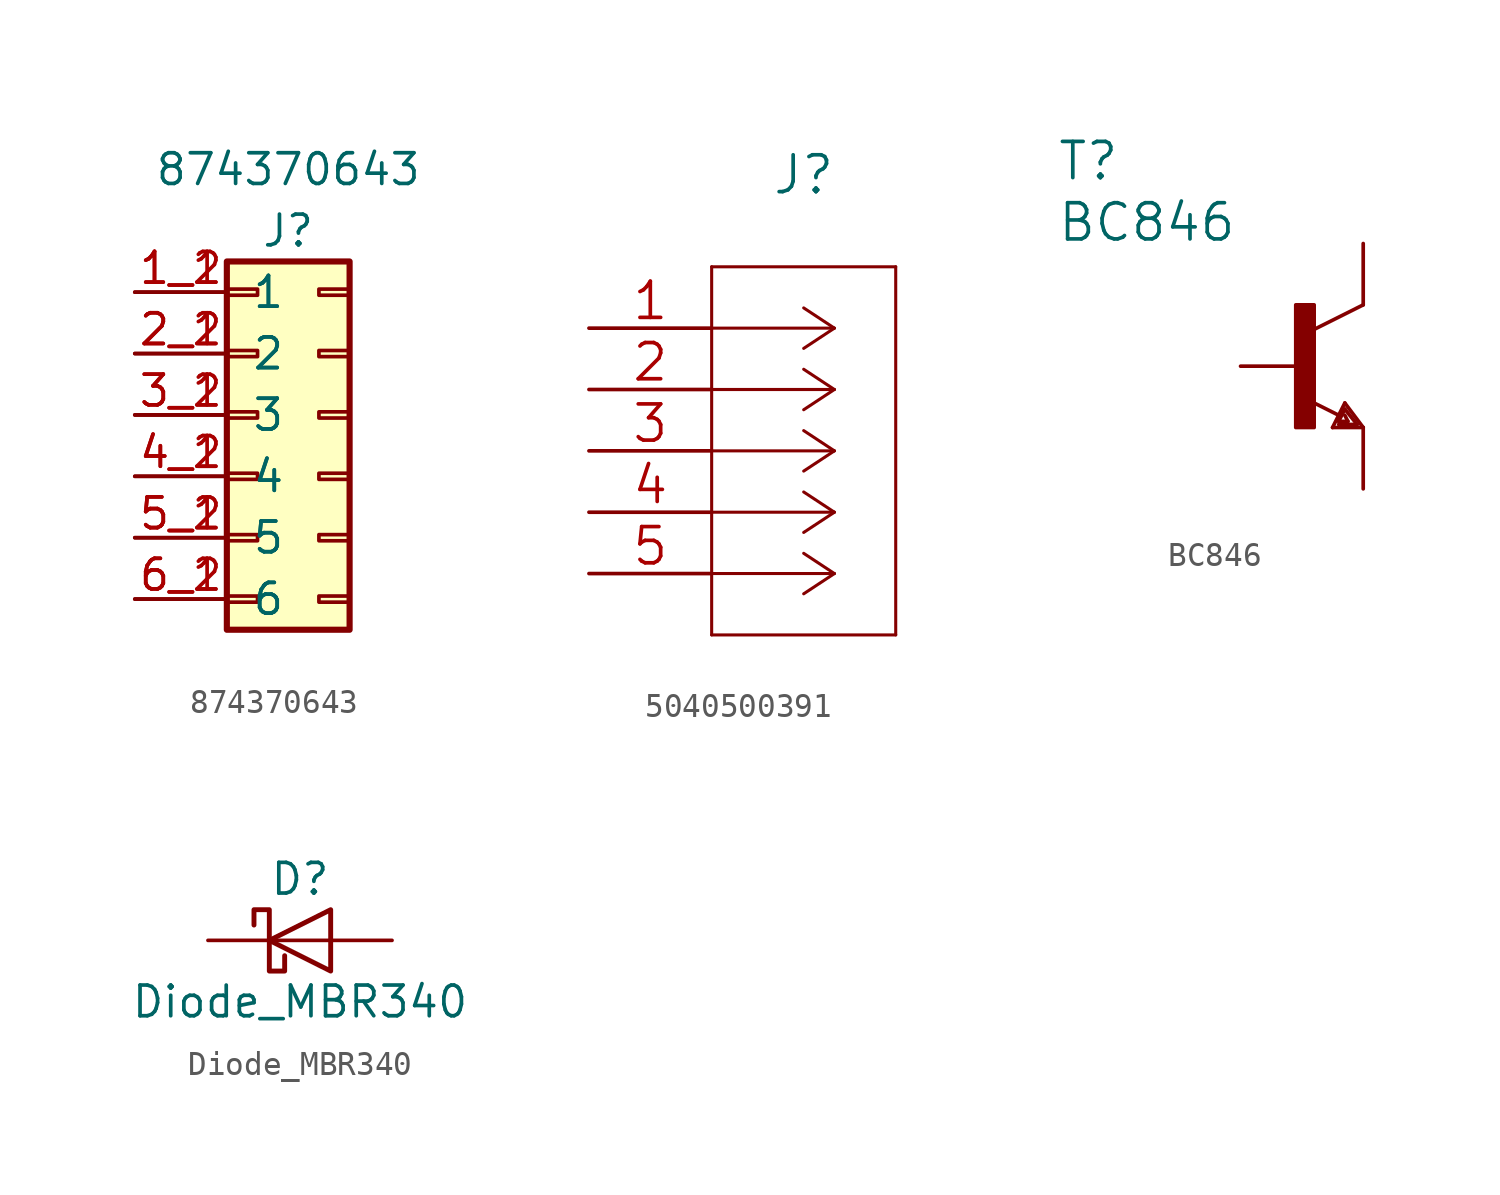
<source format=kicad_sym>
(kicad_symbol_lib
  (version 20211014)
  (generator kicad_symbol_editor)
  (symbol "874370643"
    (pin_names
      (offset 1.016))
    (property "Reference" "J"
      (at 0 0 0)
      (effects (font (size 1.27 1.27))))
    (property "Value" "874370643"
      (at 0 2.54 0)
      (effects (font (size 1.27 1.27))))
    (symbol "874370643_1_1"
      (rectangle (start -2.54 -15.113) (end -1.27 -15.367) (stroke (width 0.152) (type default) (color 0 0 0 0)) (fill (type none)))
      (rectangle (start -2.54 -12.573) (end -1.27 -12.827) (stroke (width 0.152) (type default) (color 0 0 0 0)) (fill (type none)))
      (rectangle (start -2.54 -10.033) (end -1.27 -10.287) (stroke (width 0.152) (type default) (color 0 0 0 0)) (fill (type none)))
      (rectangle (start -2.54 -7.493) (end -1.27 -7.747) (stroke (width 0.152) (type default) (color 0 0 0 0)) (fill (type none)))
      (rectangle (start -2.54 -4.953) (end -1.27 -5.207) (stroke (width 0.152) (type default) (color 0 0 0 0)) (fill (type none)))
      (rectangle (start -2.54 -2.413) (end -1.27 -2.667) (stroke (width 0.152) (type default) (color 0 0 0 0)) (fill (type none)))
      (rectangle (start -2.54 -1.27) (end 2.54 -16.51) (stroke (width 0.254) (type default) (color 0 0 0 0)) (fill (type background)))
      (rectangle (start 2.54 -15.113) (end 1.27 -15.367) (stroke (width 0.152) (type default) (color 0 0 0 0)) (fill (type none)))
      (rectangle (start 2.54 -12.573) (end 1.27 -12.827) (stroke (width 0.152) (type default) (color 0 0 0 0)) (fill (type none)))
      (rectangle (start 2.54 -10.033) (end 1.27 -10.287) (stroke (width 0.152) (type default) (color 0 0 0 0)) (fill (type none)))
      (rectangle (start 2.54 -7.493) (end 1.27 -7.747) (stroke (width 0.152) (type default) (color 0 0 0 0)) (fill (type none)))
      (rectangle (start 2.54 -4.953) (end 1.27 -5.207) (stroke (width 0.152) (type default) (color 0 0 0 0)) (fill (type none)))
      (rectangle (start 2.54 -2.413) (end 1.27 -2.667) (stroke (width 0.152) (type default) (color 0 0 0 0)) (fill (type none)))
      (pin passive line (at -6.35 -2.54 0) (length 3.81) (name "1" (effects (font (size 1.27 1.27)))) (number "1_1" (effects (font (size 1.27 1.27)))))
      (pin passive line (at -6.35 -2.54 0) (length 3.81) (name "1" (effects (font (size 1.27 1.27)))) (number "1_2" (effects (font (size 1.27 1.27)))))
      (pin passive line (at -6.35 -5.08 0) (length 3.81) (name "2" (effects (font (size 1.27 1.27)))) (number "2_1" (effects (font (size 1.27 1.27)))))
      (pin passive line (at -6.35 -5.08 0) (length 3.81) (name "2" (effects (font (size 1.27 1.27)))) (number "2_2" (effects (font (size 1.27 1.27)))))
      (pin passive line (at -6.35 -7.62 0) (length 3.81) (name "3" (effects (font (size 1.27 1.27)))) (number "3_1" (effects (font (size 1.27 1.27)))))
      (pin passive line (at -6.35 -7.62 0) (length 3.81) (name "3" (effects (font (size 1.27 1.27)))) (number "3_2" (effects (font (size 1.27 1.27)))))
      (pin passive line (at -6.35 -10.16 0) (length 3.81) (name "4" (effects (font (size 1.27 1.27)))) (number "4_1" (effects (font (size 1.27 1.27)))))
      (pin passive line (at -6.35 -10.16 0) (length 3.81) (name "4" (effects (font (size 1.27 1.27)))) (number "4_2" (effects (font (size 1.27 1.27)))))
      (pin passive line (at -6.35 -12.7 0) (length 3.81) (name "5" (effects (font (size 1.27 1.27)))) (number "5_1" (effects (font (size 1.27 1.27)))))
      (pin passive line (at -6.35 -12.7 0) (length 3.81) (name "5" (effects (font (size 1.27 1.27)))) (number "5_2" (effects (font (size 1.27 1.27)))))
      (pin passive line (at -6.35 -15.24 0) (length 3.81) (name "6" (effects (font (size 1.27 1.27)))) (number "6_1" (effects (font (size 1.27 1.27)))))
      (pin passive line (at -6.35 -15.24 0) (length 3.81) (name "6" (effects (font (size 1.27 1.27)))) (number "6_2" (effects (font (size 1.27 1.27)))))))
  (symbol "5040500391"
    (pin_names
      (offset 0.254) hide)
    (property "Reference" "J"
      (at 0 11.43 0)
      (effects (font (size 1.524 1.524))))
    (property "Datasheet" ""
      (at -8.89 5.08 0)
      (effects (font (size 1.524 1.524))))
    (property "ki_locked" ""
      (at 0 0 0)
      (effects (font (size 1.27 1.27))))
    (symbol "5040500391_1_1"
      (polyline (pts (xy -3.81 -7.62) (xy 3.81 -7.62)) (stroke (width 0.127) (type default) (color 0 0 0 0)) (fill (type none)))
      (polyline (pts (xy -3.81 7.62) (xy -3.81 -7.62)) (stroke (width 0.127) (type default) (color 0 0 0 0)) (fill (type none)))
      (polyline (pts (xy 1.27 -5.08) (xy -3.81 -5.08)) (stroke (width 0.127) (type default) (color 0 0 0 0)) (fill (type none)))
      (polyline (pts (xy 1.27 -5.08) (xy 0 -5.918)) (stroke (width 0.127) (type default) (color 0 0 0 0)) (fill (type none)))
      (polyline (pts (xy 1.27 -5.08) (xy 0 -4.242)) (stroke (width 0.127) (type default) (color 0 0 0 0)) (fill (type none)))
      (polyline (pts (xy 1.27 -2.54) (xy -3.81 -2.54)) (stroke (width 0.127) (type default) (color 0 0 0 0)) (fill (type none)))
      (polyline (pts (xy 1.27 -2.54) (xy 0 -3.378)) (stroke (width 0.127) (type default) (color 0 0 0 0)) (fill (type none)))
      (polyline (pts (xy 1.27 -2.54) (xy 0 -1.702)) (stroke (width 0.127) (type default) (color 0 0 0 0)) (fill (type none)))
      (polyline (pts (xy 1.27 0) (xy -3.81 0)) (stroke (width 0.127) (type default) (color 0 0 0 0)) (fill (type none)))
      (polyline (pts (xy 1.27 0) (xy 0 -0.838)) (stroke (width 0.127) (type default) (color 0 0 0 0)) (fill (type none)))
      (polyline (pts (xy 1.27 0) (xy 0 0.838)) (stroke (width 0.127) (type default) (color 0 0 0 0)) (fill (type none)))
      (polyline (pts (xy 1.27 2.54) (xy -3.81 2.54)) (stroke (width 0.127) (type default) (color 0 0 0 0)) (fill (type none)))
      (polyline (pts (xy 1.27 2.54) (xy 0 1.702)) (stroke (width 0.127) (type default) (color 0 0 0 0)) (fill (type none)))
      (polyline (pts (xy 1.27 2.54) (xy 0 3.378)) (stroke (width 0.127) (type default) (color 0 0 0 0)) (fill (type none)))
      (polyline (pts (xy 1.27 5.08) (xy -3.81 5.08)) (stroke (width 0.127) (type default) (color 0 0 0 0)) (fill (type none)))
      (polyline (pts (xy 1.27 5.08) (xy 0 4.242)) (stroke (width 0.127) (type default) (color 0 0 0 0)) (fill (type none)))
      (polyline (pts (xy 1.27 5.08) (xy 0 5.918)) (stroke (width 0.127) (type default) (color 0 0 0 0)) (fill (type none)))
      (polyline (pts (xy 3.81 -7.62) (xy 3.81 7.62)) (stroke (width 0.127) (type default) (color 0 0 0 0)) (fill (type none)))
      (polyline (pts (xy 3.81 7.62) (xy -3.81 7.62)) (stroke (width 0.127) (type default) (color 0 0 0 0)) (fill (type none)))
      (pin unspecified line (at -8.89 5.08 0) (length 5.08) (name "1" (effects (font (size 1.499 1.499)))) (number "1" (effects (font (size 1.499 1.499)))))
      (pin unspecified line (at -8.89 2.54 0) (length 5.08) (name "2" (effects (font (size 1.499 1.499)))) (number "2" (effects (font (size 1.499 1.499)))))
      (pin unspecified line (at -8.89 0 0) (length 5.08) (name "3" (effects (font (size 1.499 1.499)))) (number "3" (effects (font (size 1.499 1.499)))))
      (pin unspecified line (at -8.89 -2.54 0) (length 5.08) (name "4" (effects (font (size 1.499 1.499)))) (number "4" (effects (font (size 1.499 1.499)))))
      (pin unspecified line (at -8.89 -5.08 0) (length 5.08) (name "5" (effects (font (size 1.499 1.499)))) (number "5" (effects (font (size 1.499 1.499)))))))
  (symbol "BC846"
    (pin_names
      (offset 1.016))
    (property "Reference" "T"
      (at -10.16 7.62 0)
      (effects (font (size 1.499 1.499)) (justify left bottom)))
    (property "Value" "BC846"
      (at -10.16 5.08 0)
      (effects (font (size 1.499 1.499)) (justify left bottom)))
    (property "ki_locked" ""
      (at 0 0 0)
      (effects (font (size 1.27 1.27))))
    (symbol "BC846_1_0"
      (rectangle (start -0.254 -2.54) (end 0.508 2.54) (stroke (width 0) (type default) (color 0 0 0 0)) (fill (type outline)))
      (polyline (pts (xy 1.27 -2.54) (xy 1.778 -1.524)) (stroke (width 0) (type default) (color 0 0 0 0)) (fill (type none)))
      (polyline (pts (xy 1.524 -2.413) (xy 2.286 -2.413)) (stroke (width 0) (type default) (color 0 0 0 0)) (fill (type none)))
      (polyline (pts (xy 1.524 -2.286) (xy 1.905 -2.286)) (stroke (width 0) (type default) (color 0 0 0 0)) (fill (type none)))
      (polyline (pts (xy 1.524 -2.032) (xy 0.305 -1.422)) (stroke (width 0) (type default) (color 0 0 0 0)) (fill (type none)))
      (polyline (pts (xy 1.778 -1.778) (xy 1.524 -2.286)) (stroke (width 0) (type default) (color 0 0 0 0)) (fill (type none)))
      (polyline (pts (xy 1.778 -1.524) (xy 2.54 -2.54)) (stroke (width 0) (type default) (color 0 0 0 0)) (fill (type none)))
      (polyline (pts (xy 1.905 -2.286) (xy 1.778 -2.032)) (stroke (width 0) (type default) (color 0 0 0 0)) (fill (type none)))
      (polyline (pts (xy 2.286 -2.413) (xy 1.778 -1.778)) (stroke (width 0) (type default) (color 0 0 0 0)) (fill (type none)))
      (polyline (pts (xy 2.54 -2.54) (xy 1.27 -2.54)) (stroke (width 0) (type default) (color 0 0 0 0)) (fill (type none)))
      (polyline (pts (xy 2.54 2.54) (xy 0.508 1.524)) (stroke (width 0) (type default) (color 0 0 0 0)) (fill (type none)))
      (pin passive line (at -2.54 0 0) (length 2.54) (name "B" (effects (font (size 0 0)))) (number "1" (effects (font (size 0 0)))))
      (pin passive line (at 2.54 -5.08 90) (length 2.54) (name "E" (effects (font (size 0 0)))) (number "2" (effects (font (size 0 0)))))
      (pin passive line (at 2.54 5.08 270) (length 2.54) (name "C" (effects (font (size 0 0)))) (number "3" (effects (font (size 0 0)))))))
  (symbol "Diode_MBR340"
    (pin_numbers hide)
    (pin_names
      (offset 1.016) hide)
    (property "Reference" "D"
      (at 0 2.54 0)
      (effects (font (size 1.27 1.27))))
    (property "Value" "Diode_MBR340"
      (at 0 -2.54 0)
      (effects (font (size 1.27 1.27))))
    (symbol "Diode_MBR340_0_1"
      (polyline (pts (xy 1.27 0) (xy -1.27 0)) (stroke (width 0) (type default) (color 0 0 0 0)) (fill (type none)))
      (polyline (pts (xy 1.27 1.27) (xy 1.27 -1.27) (xy -1.27 0) (xy 1.27 1.27)) (stroke (width 0.203) (type default) (color 0 0 0 0)) (fill (type none)))
      (polyline (pts (xy -1.905 0.635) (xy -1.905 1.27) (xy -1.27 1.27) (xy -1.27 -1.27) (xy -0.635 -1.27) (xy -0.635 -0.635)) (stroke (width 0.203) (type default) (color 0 0 0 0)) (fill (type none))))
    (symbol "Diode_MBR340_1_1"
      (pin passive line (at -3.81 0 0) (length 2.54) (name "K" (effects (font (size 1.27 1.27)))) (number "1" (effects (font (size 1.27 1.27)))))
      (pin passive line (at 3.81 0 180) (length 2.54) (name "A" (effects (font (size 1.27 1.27)))) (number "2" (effects (font (size 1.27 1.27))))))))
</source>
